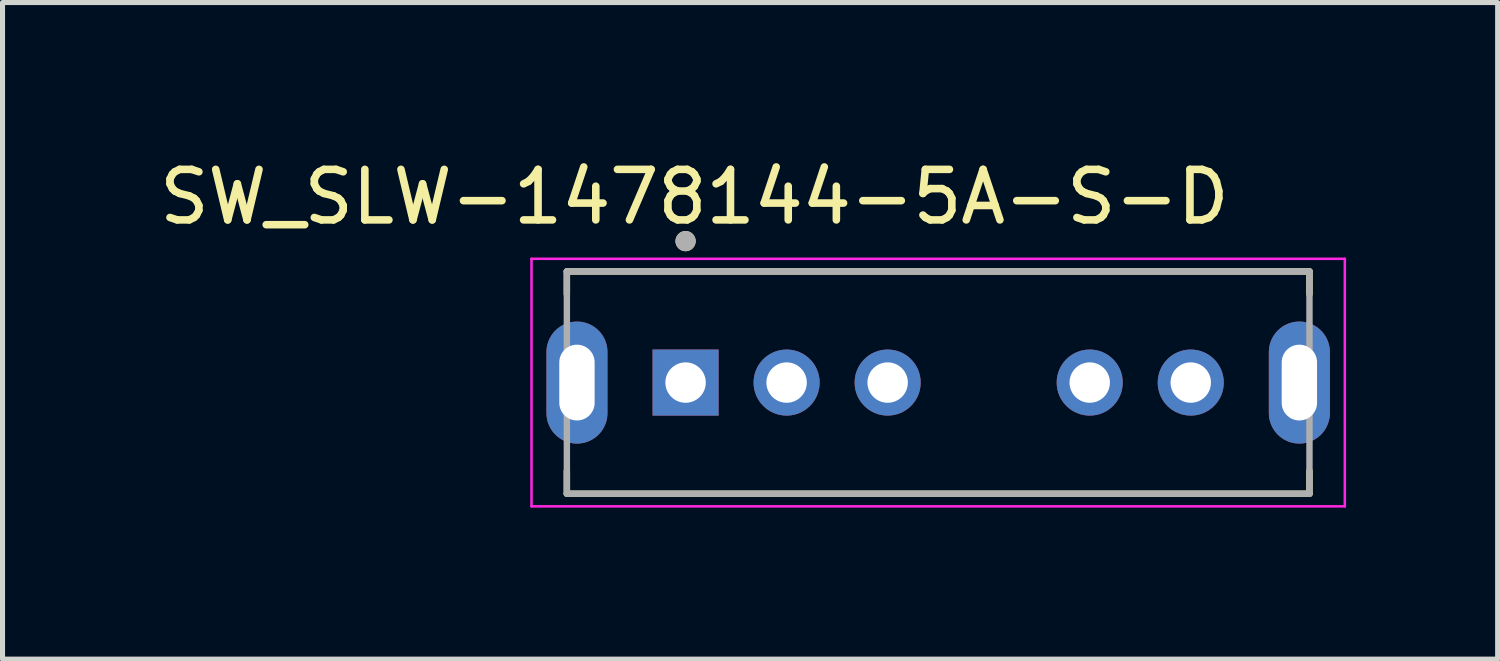
<source format=kicad_pcb>
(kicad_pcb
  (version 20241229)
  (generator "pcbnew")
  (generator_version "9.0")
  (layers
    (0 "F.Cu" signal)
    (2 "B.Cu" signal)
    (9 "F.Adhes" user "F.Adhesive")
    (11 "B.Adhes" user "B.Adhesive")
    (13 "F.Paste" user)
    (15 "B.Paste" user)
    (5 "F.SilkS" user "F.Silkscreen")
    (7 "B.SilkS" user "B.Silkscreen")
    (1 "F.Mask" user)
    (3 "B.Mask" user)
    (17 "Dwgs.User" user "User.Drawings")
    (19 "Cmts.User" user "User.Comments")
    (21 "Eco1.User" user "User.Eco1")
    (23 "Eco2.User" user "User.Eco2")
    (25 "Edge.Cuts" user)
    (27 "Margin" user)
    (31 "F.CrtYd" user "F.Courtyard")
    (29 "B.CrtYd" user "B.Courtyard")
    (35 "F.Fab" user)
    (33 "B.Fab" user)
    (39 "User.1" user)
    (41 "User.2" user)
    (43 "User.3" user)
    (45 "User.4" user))
  (footprint "SW_SLW-1478144-5A-S-D"
    (layer "F.Cu")
    (at 15.521 4.523)
    (property "Reference" "SW_SLW-1478144-5A-S-D" (at -4.825 -3.675 0) (layer "F.SilkS") (effects (font (size 1 1) (thickness 0.15))))
    (attr through_hole)
    (fp_line (start -7.35 -2.2) (end 7.35 -2.2) (stroke (width 0.127) (type solid)) (layer "F.SilkS"))
    (fp_line (start -7.35 -1.75) (end -7.35 -2.2) (stroke (width 0.127) (type solid)) (layer "F.SilkS"))
    (fp_line (start -7.35 1.75) (end -7.35 2.2) (stroke (width 0.127) (type solid)) (layer "F.SilkS"))
    (fp_line (start -7.35 2.2) (end 7.35 2.2) (stroke (width 0.127) (type solid)) (layer "F.SilkS"))
    (fp_line (start 7.35 -2.2) (end 7.35 -1.75) (stroke (width 0.127) (type solid)) (layer "F.SilkS"))
    (fp_line (start 7.35 2.2) (end 7.35 1.75) (stroke (width 0.127) (type solid)) (layer "F.SilkS"))
    (fp_circle (center -5 -2.8) (end -4.9 -2.8) (stroke (width 0.2) (type solid)) (fill no) (layer "F.SilkS"))
    (fp_line (start -8.05 -2.45) (end -8.05 2.45) (stroke (width 0.05) (type solid)) (layer "F.CrtYd"))
    (fp_line (start -8.05 2.45) (end 8.05 2.45) (stroke (width 0.05) (type solid)) (layer "F.CrtYd"))
    (fp_line (start 8.05 -2.45) (end -8.05 -2.45) (stroke (width 0.05) (type solid)) (layer "F.CrtYd"))
    (fp_line (start 8.05 2.45) (end 8.05 -2.45) (stroke (width 0.05) (type solid)) (layer "F.CrtYd"))
    (fp_line (start -7.35 -2.2) (end -7.35 2.2) (stroke (width 0.127) (type solid)) (layer "F.Fab"))
    (fp_line (start -7.35 2.2) (end 7.35 2.2) (stroke (width 0.127) (type solid)) (layer "F.Fab"))
    (fp_line (start 7.35 -2.2) (end -7.35 -2.2) (stroke (width 0.127) (type solid)) (layer "F.Fab"))
    (fp_line (start 7.35 2.2) (end 7.35 -2.2) (stroke (width 0.127) (type solid)) (layer "F.Fab"))
    (fp_circle (center -5 -2.8) (end -4.9 -2.8) (stroke (width 0.2) (type solid)) (fill no) (layer "F.Fab"))
    (pad "1" thru_hole rect (at -5 0) (size 1.308 1.308) (drill 0.8) (layers "*.Cu" "*.Mask"))
    (pad "2" thru_hole circle (at -3 0) (size 1.308 1.308) (drill 0.8) (layers "*.Cu" "*.Mask"))
    (pad "3" thru_hole circle (at -1 0) (size 1.308 1.308) (drill 0.8) (layers "*.Cu" "*.Mask"))
    (pad "5" thru_hole circle (at 3 0) (size 1.308 1.308) (drill 0.8) (layers "*.Cu" "*.Mask"))
    (pad "6" thru_hole circle (at 5 0) (size 1.308 1.308) (drill 0.8) (layers "*.Cu" "*.Mask"))
    (pad "SH1" thru_hole oval (at -7.15 0) (size 1.208 2.416) (drill oval 0.7 1.5) (layers "*.Cu" "*.Mask"))
    (pad "SH2" thru_hole oval (at 7.15 0) (size 1.208 2.416) (drill oval 0.7 1.5) (layers "*.Cu" "*.Mask")))
  (gr_rect
    (start -3 -3)
    (end 26.596 9.998)
    (stroke (width 0.1) (type default))
    (fill no)
    (layer "Edge.Cuts")))
</source>
